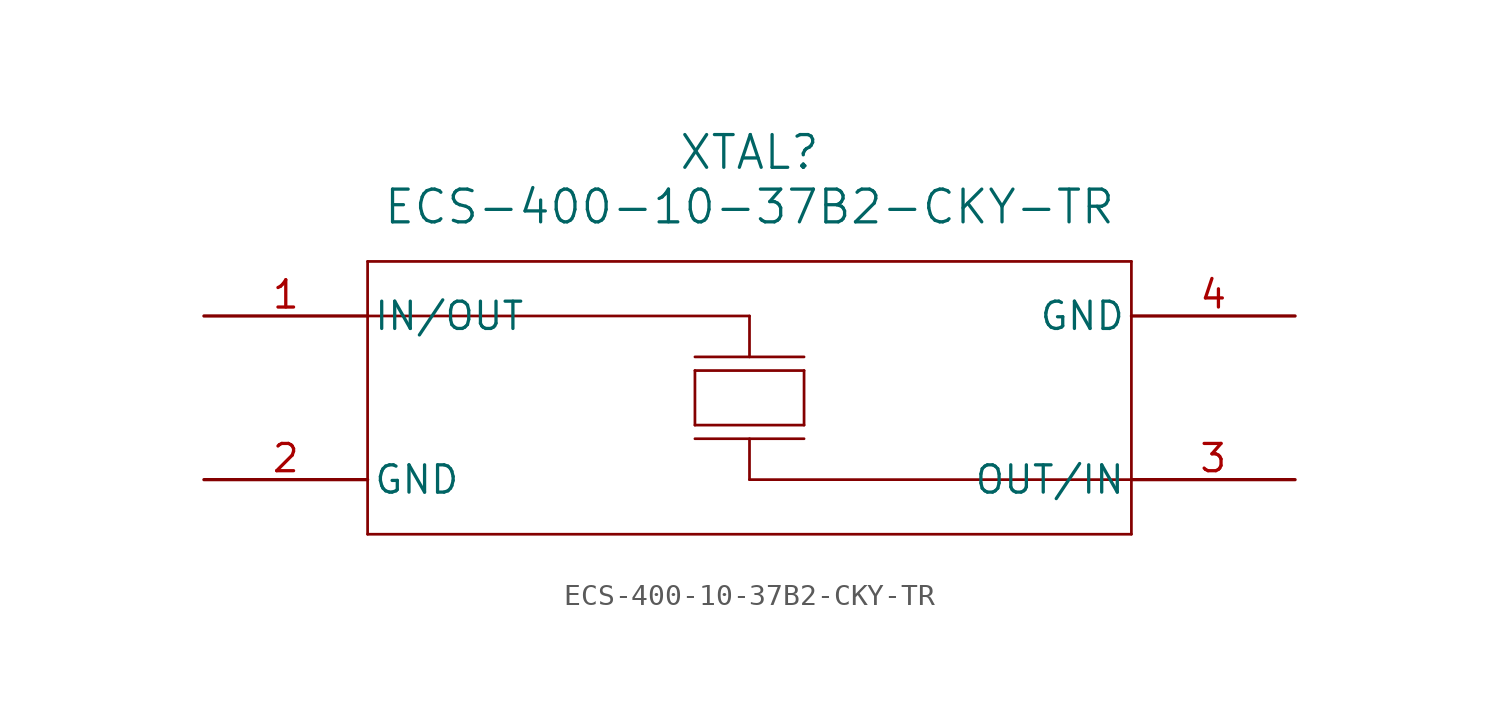
<source format=kicad_sym>
(kicad_symbol_lib
  (version 20211014)
  (generator kicad_symbol_editor)
  (symbol "ECS-400-10-37B2-CKY-TR"
    (pin_names
      (offset 0.254))
    (property "Reference" "XTAL"
      (at 25.4 7.62 0)
      (effects (font (size 1.524 1.524))))
    (property "Value" "ECS-400-10-37B2-CKY-TR"
      (at 25.4 5.08 0)
      (effects (font (size 1.524 1.524))))
    (symbol "ECS-400-10-37B2-CKY-TR_0_1"
      (polyline (pts (xy 7.62 2.54) (xy 7.62 -10.16)) (stroke (width 0.127) (type default) (color 0 0 0 0)) (fill (type none)))
      (polyline (pts (xy 7.62 -10.16) (xy 43.18 -10.16)) (stroke (width 0.127) (type default) (color 0 0 0 0)) (fill (type none)))
      (polyline (pts (xy 43.18 -10.16) (xy 43.18 2.54)) (stroke (width 0.127) (type default) (color 0 0 0 0)) (fill (type none)))
      (polyline (pts (xy 43.18 2.54) (xy 7.62 2.54)) (stroke (width 0.127) (type default) (color 0 0 0 0)) (fill (type none)))
      (polyline (pts (xy 7.62 0) (xy 25.4 0)) (stroke (width 0.127) (type default) (color 0 0 0 0)) (fill (type none)))
      (polyline (pts (xy 43.18 -7.62) (xy 25.4 -7.62)) (stroke (width 0.127) (type default) (color 0 0 0 0)) (fill (type none)))
      (polyline (pts (xy 22.86 -2.54) (xy 22.86 -5.08)) (stroke (width 0.127) (type default) (color 0 0 0 0)) (fill (type none)))
      (polyline (pts (xy 22.86 -5.08) (xy 27.94 -5.08)) (stroke (width 0.127) (type default) (color 0 0 0 0)) (fill (type none)))
      (polyline (pts (xy 27.94 -5.08) (xy 27.94 -2.54)) (stroke (width 0.127) (type default) (color 0 0 0 0)) (fill (type none)))
      (polyline (pts (xy 27.94 -2.54) (xy 22.86 -2.54)) (stroke (width 0.127) (type default) (color 0 0 0 0)) (fill (type none)))
      (polyline (pts (xy 25.4 -1.905) (xy 25.4 0)) (stroke (width 0.127) (type default) (color 0 0 0 0)) (fill (type none)))
      (polyline (pts (xy 22.86 -1.905) (xy 27.94 -1.905)) (stroke (width 0.127) (type default) (color 0 0 0 0)) (fill (type none)))
      (polyline (pts (xy 27.94 -5.715) (xy 22.86 -5.715)) (stroke (width 0.127) (type default) (color 0 0 0 0)) (fill (type none)))
      (polyline (pts (xy 25.4 -5.715) (xy 25.4 -7.62)) (stroke (width 0.127) (type default) (color 0 0 0 0)) (fill (type none)))
      (pin bidirectional line (at 0 0 0) (length 7.62) (name "IN/OUT" (effects (font (size 1.27 1.27)))) (number "1" (effects (font (size 1.27 1.27)))))
      (pin power_out line (at 0 -7.62 0) (length 7.62) (name "GND" (effects (font (size 1.27 1.27)))) (number "2" (effects (font (size 1.27 1.27)))))
      (pin bidirectional line (at 50.8 -7.62 180) (length 7.62) (name "OUT/IN" (effects (font (size 1.27 1.27)))) (number "3" (effects (font (size 1.27 1.27)))))
      (pin power_out line (at 50.8 0 180) (length 7.62) (name "GND" (effects (font (size 1.27 1.27)))) (number "4" (effects (font (size 1.27 1.27))))))))
</source>
